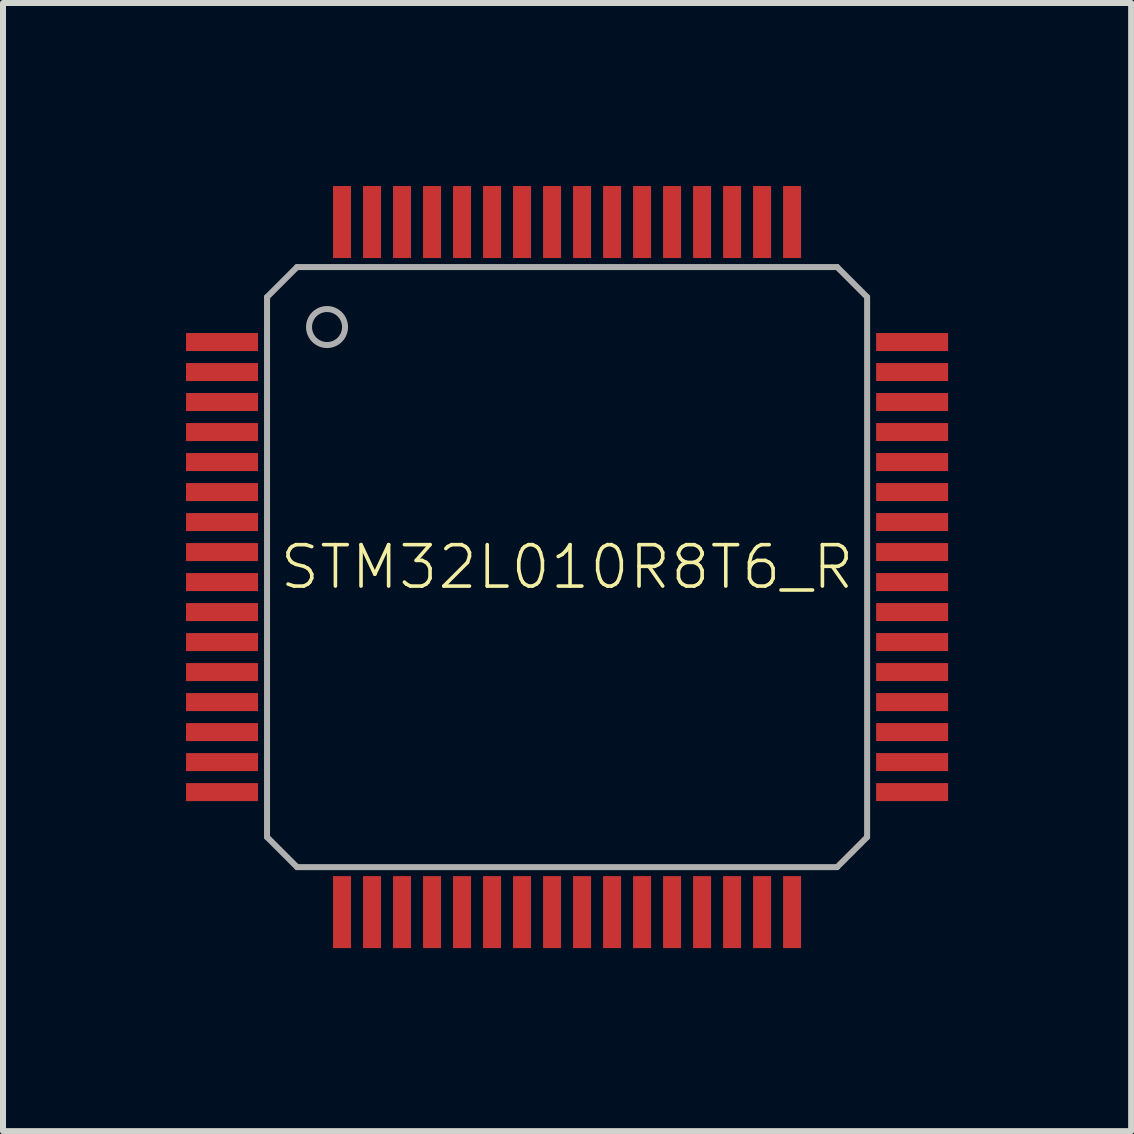
<source format=kicad_pcb>
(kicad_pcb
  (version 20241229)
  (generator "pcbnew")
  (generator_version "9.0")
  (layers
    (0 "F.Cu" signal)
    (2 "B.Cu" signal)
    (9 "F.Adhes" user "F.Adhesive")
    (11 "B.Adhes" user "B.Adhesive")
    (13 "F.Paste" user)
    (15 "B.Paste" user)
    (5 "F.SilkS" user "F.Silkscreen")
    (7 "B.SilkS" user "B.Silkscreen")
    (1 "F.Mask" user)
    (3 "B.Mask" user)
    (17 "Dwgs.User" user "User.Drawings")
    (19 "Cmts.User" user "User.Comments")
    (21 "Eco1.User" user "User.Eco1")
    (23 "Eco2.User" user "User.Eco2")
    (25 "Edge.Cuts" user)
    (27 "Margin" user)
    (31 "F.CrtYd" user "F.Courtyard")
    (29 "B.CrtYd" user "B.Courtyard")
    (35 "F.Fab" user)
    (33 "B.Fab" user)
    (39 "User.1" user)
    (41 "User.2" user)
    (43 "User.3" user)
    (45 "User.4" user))
  (footprint "STM32L010R8T6_R"
    (layer "F.Cu")
    (at 6.4 6.4)
    (property "Reference" "STM32L010R8T6_R" (at 0 0 0) (unlocked yes) (layer "F.SilkS") (effects (font (size 0.69 0.69) (thickness 0.06))))
    (fp_poly (pts (xy -6.4 -3.95) (xy -6.4 -3.55) (xy -5.1 -3.55) (xy -5.1 -3.95)) (stroke (width 0) (type default)) (fill yes) (layer "F.Mask"))
    (fp_poly (pts (xy -6.4 -3.45) (xy -6.4 -3.05) (xy -5.1 -3.05) (xy -5.1 -3.45)) (stroke (width 0) (type default)) (fill yes) (layer "F.Mask"))
    (fp_poly (pts (xy -6.4 -2.95) (xy -6.4 -2.55) (xy -5.1 -2.55) (xy -5.1 -2.95)) (stroke (width 0) (type default)) (fill yes) (layer "F.Mask"))
    (fp_poly (pts (xy -6.4 -2.45) (xy -6.4 -2.05) (xy -5.1 -2.05) (xy -5.1 -2.45)) (stroke (width 0) (type default)) (fill yes) (layer "F.Mask"))
    (fp_poly (pts (xy -6.4 -1.95) (xy -6.4 -1.55) (xy -5.1 -1.55) (xy -5.1 -1.95)) (stroke (width 0) (type default)) (fill yes) (layer "F.Mask"))
    (fp_poly (pts (xy -6.4 -1.45) (xy -6.4 -1.05) (xy -5.1 -1.05) (xy -5.1 -1.45)) (stroke (width 0) (type default)) (fill yes) (layer "F.Mask"))
    (fp_poly (pts (xy -6.4 -0.95) (xy -6.4 -0.55) (xy -5.1 -0.55) (xy -5.1 -0.95)) (stroke (width 0) (type default)) (fill yes) (layer "F.Mask"))
    (fp_poly (pts (xy -6.4 -0.45) (xy -6.4 -0.05) (xy -5.1 -0.05) (xy -5.1 -0.45)) (stroke (width 0) (type default)) (fill yes) (layer "F.Mask"))
    (fp_poly (pts (xy -6.4 0.05) (xy -6.4 0.45) (xy -5.1 0.45) (xy -5.1 0.05)) (stroke (width 0) (type default)) (fill yes) (layer "F.Mask"))
    (fp_poly (pts (xy -6.4 0.55) (xy -6.4 0.95) (xy -5.1 0.95) (xy -5.1 0.55)) (stroke (width 0) (type default)) (fill yes) (layer "F.Mask"))
    (fp_poly (pts (xy -6.4 1.05) (xy -6.4 1.45) (xy -5.1 1.45) (xy -5.1 1.05)) (stroke (width 0) (type default)) (fill yes) (layer "F.Mask"))
    (fp_poly (pts (xy -6.4 1.55) (xy -6.4 1.95) (xy -5.1 1.95) (xy -5.1 1.55)) (stroke (width 0) (type default)) (fill yes) (layer "F.Mask"))
    (fp_poly (pts (xy -6.4 2.05) (xy -6.4 2.45) (xy -5.1 2.45) (xy -5.1 2.05)) (stroke (width 0) (type default)) (fill yes) (layer "F.Mask"))
    (fp_poly (pts (xy -6.4 2.55) (xy -6.4 2.95) (xy -5.1 2.95) (xy -5.1 2.55)) (stroke (width 0) (type default)) (fill yes) (layer "F.Mask"))
    (fp_poly (pts (xy -6.4 3.05) (xy -6.4 3.45) (xy -5.1 3.45) (xy -5.1 3.05)) (stroke (width 0) (type default)) (fill yes) (layer "F.Mask"))
    (fp_poly (pts (xy -6.4 3.55) (xy -6.4 3.95) (xy -5.1 3.95) (xy -5.1 3.55)) (stroke (width 0) (type default)) (fill yes) (layer "F.Mask"))
    (fp_poly (pts (xy -3.95 6.4) (xy -3.55 6.4) (xy -3.55 5.1) (xy -3.95 5.1)) (stroke (width 0) (type default)) (fill yes) (layer "F.Mask"))
    (fp_poly (pts (xy -3.55 -6.4) (xy -3.95 -6.4) (xy -3.95 -5.1) (xy -3.55 -5.1)) (stroke (width 0) (type default)) (fill yes) (layer "F.Mask"))
    (fp_poly (pts (xy -3.45 6.4) (xy -3.05 6.4) (xy -3.05 5.1) (xy -3.45 5.1)) (stroke (width 0) (type default)) (fill yes) (layer "F.Mask"))
    (fp_poly (pts (xy -3.05 -6.4) (xy -3.45 -6.4) (xy -3.45 -5.1) (xy -3.05 -5.1)) (stroke (width 0) (type default)) (fill yes) (layer "F.Mask"))
    (fp_poly (pts (xy -2.95 6.4) (xy -2.55 6.4) (xy -2.55 5.1) (xy -2.95 5.1)) (stroke (width 0) (type default)) (fill yes) (layer "F.Mask"))
    (fp_poly (pts (xy -2.55 -6.4) (xy -2.95 -6.4) (xy -2.95 -5.1) (xy -2.55 -5.1)) (stroke (width 0) (type default)) (fill yes) (layer "F.Mask"))
    (fp_poly (pts (xy -2.45 6.4) (xy -2.05 6.4) (xy -2.05 5.1) (xy -2.45 5.1)) (stroke (width 0) (type default)) (fill yes) (layer "F.Mask"))
    (fp_poly (pts (xy -2.05 -6.4) (xy -2.45 -6.4) (xy -2.45 -5.1) (xy -2.05 -5.1)) (stroke (width 0) (type default)) (fill yes) (layer "F.Mask"))
    (fp_poly (pts (xy -1.95 6.4) (xy -1.55 6.4) (xy -1.55 5.1) (xy -1.95 5.1)) (stroke (width 0) (type default)) (fill yes) (layer "F.Mask"))
    (fp_poly (pts (xy -1.55 -6.4) (xy -1.95 -6.4) (xy -1.95 -5.1) (xy -1.55 -5.1)) (stroke (width 0) (type default)) (fill yes) (layer "F.Mask"))
    (fp_poly (pts (xy -1.45 6.4) (xy -1.05 6.4) (xy -1.05 5.1) (xy -1.45 5.1)) (stroke (width 0) (type default)) (fill yes) (layer "F.Mask"))
    (fp_poly (pts (xy -1.05 -6.4) (xy -1.45 -6.4) (xy -1.45 -5.1) (xy -1.05 -5.1)) (stroke (width 0) (type default)) (fill yes) (layer "F.Mask"))
    (fp_poly (pts (xy -0.95 6.4) (xy -0.55 6.4) (xy -0.55 5.1) (xy -0.95 5.1)) (stroke (width 0) (type default)) (fill yes) (layer "F.Mask"))
    (fp_poly (pts (xy -0.55 -6.4) (xy -0.95 -6.4) (xy -0.95 -5.1) (xy -0.55 -5.1)) (stroke (width 0) (type default)) (fill yes) (layer "F.Mask"))
    (fp_poly (pts (xy -0.45 6.4) (xy -0.05 6.4) (xy -0.05 5.1) (xy -0.45 5.1)) (stroke (width 0) (type default)) (fill yes) (layer "F.Mask"))
    (fp_poly (pts (xy -0.05 -6.4) (xy -0.45 -6.4) (xy -0.45 -5.1) (xy -0.05 -5.1)) (stroke (width 0) (type default)) (fill yes) (layer "F.Mask"))
    (fp_poly (pts (xy 0.05 6.4) (xy 0.45 6.4) (xy 0.45 5.1) (xy 0.05 5.1)) (stroke (width 0) (type default)) (fill yes) (layer "F.Mask"))
    (fp_poly (pts (xy 0.45 -6.4) (xy 0.05 -6.4) (xy 0.05 -5.1) (xy 0.45 -5.1)) (stroke (width 0) (type default)) (fill yes) (layer "F.Mask"))
    (fp_poly (pts (xy 0.55 6.4) (xy 0.95 6.4) (xy 0.95 5.1) (xy 0.55 5.1)) (stroke (width 0) (type default)) (fill yes) (layer "F.Mask"))
    (fp_poly (pts (xy 0.95 -6.4) (xy 0.55 -6.4) (xy 0.55 -5.1) (xy 0.95 -5.1)) (stroke (width 0) (type default)) (fill yes) (layer "F.Mask"))
    (fp_poly (pts (xy 1.05 6.4) (xy 1.45 6.4) (xy 1.45 5.1) (xy 1.05 5.1)) (stroke (width 0) (type default)) (fill yes) (layer "F.Mask"))
    (fp_poly (pts (xy 1.45 -6.4) (xy 1.05 -6.4) (xy 1.05 -5.1) (xy 1.45 -5.1)) (stroke (width 0) (type default)) (fill yes) (layer "F.Mask"))
    (fp_poly (pts (xy 1.55 6.4) (xy 1.95 6.4) (xy 1.95 5.1) (xy 1.55 5.1)) (stroke (width 0) (type default)) (fill yes) (layer "F.Mask"))
    (fp_poly (pts (xy 1.95 -6.4) (xy 1.55 -6.4) (xy 1.55 -5.1) (xy 1.95 -5.1)) (stroke (width 0) (type default)) (fill yes) (layer "F.Mask"))
    (fp_poly (pts (xy 2.05 6.4) (xy 2.45 6.4) (xy 2.45 5.1) (xy 2.05 5.1)) (stroke (width 0) (type default)) (fill yes) (layer "F.Mask"))
    (fp_poly (pts (xy 2.45 -6.4) (xy 2.05 -6.4) (xy 2.05 -5.1) (xy 2.45 -5.1)) (stroke (width 0) (type default)) (fill yes) (layer "F.Mask"))
    (fp_poly (pts (xy 2.55 6.4) (xy 2.95 6.4) (xy 2.95 5.1) (xy 2.55 5.1)) (stroke (width 0) (type default)) (fill yes) (layer "F.Mask"))
    (fp_poly (pts (xy 2.95 -6.4) (xy 2.55 -6.4) (xy 2.55 -5.1) (xy 2.95 -5.1)) (stroke (width 0) (type default)) (fill yes) (layer "F.Mask"))
    (fp_poly (pts (xy 3.05 6.4) (xy 3.45 6.4) (xy 3.45 5.1) (xy 3.05 5.1)) (stroke (width 0) (type default)) (fill yes) (layer "F.Mask"))
    (fp_poly (pts (xy 3.45 -6.4) (xy 3.05 -6.4) (xy 3.05 -5.1) (xy 3.45 -5.1)) (stroke (width 0) (type default)) (fill yes) (layer "F.Mask"))
    (fp_poly (pts (xy 3.55 6.4) (xy 3.95 6.4) (xy 3.95 5.1) (xy 3.55 5.1)) (stroke (width 0) (type default)) (fill yes) (layer "F.Mask"))
    (fp_poly (pts (xy 3.95 -6.4) (xy 3.55 -6.4) (xy 3.55 -5.1) (xy 3.95 -5.1)) (stroke (width 0) (type default)) (fill yes) (layer "F.Mask"))
    (fp_poly (pts (xy 6.4 -3.55) (xy 6.4 -3.95) (xy 5.1 -3.95) (xy 5.1 -3.55)) (stroke (width 0) (type default)) (fill yes) (layer "F.Mask"))
    (fp_poly (pts (xy 6.4 -3.05) (xy 6.4 -3.45) (xy 5.1 -3.45) (xy 5.1 -3.05)) (stroke (width 0) (type default)) (fill yes) (layer "F.Mask"))
    (fp_poly (pts (xy 6.4 -2.55) (xy 6.4 -2.95) (xy 5.1 -2.95) (xy 5.1 -2.55)) (stroke (width 0) (type default)) (fill yes) (layer "F.Mask"))
    (fp_poly (pts (xy 6.4 -2.05) (xy 6.4 -2.45) (xy 5.1 -2.45) (xy 5.1 -2.05)) (stroke (width 0) (type default)) (fill yes) (layer "F.Mask"))
    (fp_poly (pts (xy 6.4 -1.55) (xy 6.4 -1.95) (xy 5.1 -1.95) (xy 5.1 -1.55)) (stroke (width 0) (type default)) (fill yes) (layer "F.Mask"))
    (fp_poly (pts (xy 6.4 -1.05) (xy 6.4 -1.45) (xy 5.1 -1.45) (xy 5.1 -1.05)) (stroke (width 0) (type default)) (fill yes) (layer "F.Mask"))
    (fp_poly (pts (xy 6.4 -0.55) (xy 6.4 -0.95) (xy 5.1 -0.95) (xy 5.1 -0.55)) (stroke (width 0) (type default)) (fill yes) (layer "F.Mask"))
    (fp_poly (pts (xy 6.4 -0.05) (xy 6.4 -0.45) (xy 5.1 -0.45) (xy 5.1 -0.05)) (stroke (width 0) (type default)) (fill yes) (layer "F.Mask"))
    (fp_poly (pts (xy 6.4 0.45) (xy 6.4 0.05) (xy 5.1 0.05) (xy 5.1 0.45)) (stroke (width 0) (type default)) (fill yes) (layer "F.Mask"))
    (fp_poly (pts (xy 6.4 0.95) (xy 6.4 0.55) (xy 5.1 0.55) (xy 5.1 0.95)) (stroke (width 0) (type default)) (fill yes) (layer "F.Mask"))
    (fp_poly (pts (xy 6.4 1.45) (xy 6.4 1.05) (xy 5.1 1.05) (xy 5.1 1.45)) (stroke (width 0) (type default)) (fill yes) (layer "F.Mask"))
    (fp_poly (pts (xy 6.4 1.95) (xy 6.4 1.55) (xy 5.1 1.55) (xy 5.1 1.95)) (stroke (width 0) (type default)) (fill yes) (layer "F.Mask"))
    (fp_poly (pts (xy 6.4 2.45) (xy 6.4 2.05) (xy 5.1 2.05) (xy 5.1 2.45)) (stroke (width 0) (type default)) (fill yes) (layer "F.Mask"))
    (fp_poly (pts (xy 6.4 2.95) (xy 6.4 2.55) (xy 5.1 2.55) (xy 5.1 2.95)) (stroke (width 0) (type default)) (fill yes) (layer "F.Mask"))
    (fp_poly (pts (xy 6.4 3.45) (xy 6.4 3.05) (xy 5.1 3.05) (xy 5.1 3.45)) (stroke (width 0) (type default)) (fill yes) (layer "F.Mask"))
    (fp_poly (pts (xy 6.4 3.95) (xy 6.4 3.55) (xy 5.1 3.55) (xy 5.1 3.95)) (stroke (width 0) (type default)) (fill yes) (layer "F.Mask"))
    (fp_line (start -5 -4.5) (end -5 4.5) (stroke (width 0.1) (type solid)) (layer "F.Fab"))
    (fp_line (start -5 -4.5) (end -4.5 -5) (stroke (width 0.1) (type solid)) (layer "F.Fab"))
    (fp_line (start -5 4.5) (end -4.5 5) (stroke (width 0.1) (type solid)) (layer "F.Fab"))
    (fp_line (start -4.5 5) (end 4.5 5) (stroke (width 0.1) (type solid)) (layer "F.Fab"))
    (fp_line (start 4.5 -5) (end -4.5 -5) (stroke (width 0.1) (type solid)) (layer "F.Fab"))
    (fp_line (start 4.5 5) (end 5 4.5) (stroke (width 0.1) (type solid)) (layer "F.Fab"))
    (fp_line (start 5 -4.5) (end 4.5 -5) (stroke (width 0.1) (type solid)) (layer "F.Fab"))
    (fp_line (start 5 4.5) (end 5 -4.5) (stroke (width 0.1) (type solid)) (layer "F.Fab"))
    (fp_circle (center -4 -4) (end -3.7 -4) (stroke (width 0.1) (type solid)) (fill no) (layer "F.Fab"))
    (pad "1" smd rect (at -5.75 -3.75 270) (size 0.3 1.2) (layers "F.Cu" "F.Paste"))
    (pad "2" smd rect (at -5.75 -3.25 270) (size 0.3 1.2) (layers "F.Cu" "F.Paste"))
    (pad "3" smd rect (at -5.75 -2.75 270) (size 0.3 1.2) (layers "F.Cu" "F.Paste"))
    (pad "4" smd rect (at -5.75 -2.25 270) (size 0.3 1.2) (layers "F.Cu" "F.Paste"))
    (pad "5" smd rect (at -5.75 -1.75 270) (size 0.3 1.2) (layers "F.Cu" "F.Paste"))
    (pad "6" smd rect (at -5.75 -1.25 270) (size 0.3 1.2) (layers "F.Cu" "F.Paste"))
    (pad "7" smd rect (at -5.75 -0.75 270) (size 0.3 1.2) (layers "F.Cu" "F.Paste"))
    (pad "8" smd rect (at -5.75 -0.25 270) (size 0.3 1.2) (layers "F.Cu" "F.Paste"))
    (pad "9" smd rect (at -5.75 0.25 270) (size 0.3 1.2) (layers "F.Cu" "F.Paste"))
    (pad "10" smd rect (at -5.75 0.75 270) (size 0.3 1.2) (layers "F.Cu" "F.Paste"))
    (pad "11" smd rect (at -5.75 1.25 270) (size 0.3 1.2) (layers "F.Cu" "F.Paste"))
    (pad "12" smd rect (at -5.75 1.75 270) (size 0.3 1.2) (layers "F.Cu" "F.Paste"))
    (pad "13" smd rect (at -5.75 2.25 270) (size 0.3 1.2) (layers "F.Cu" "F.Paste"))
    (pad "14" smd rect (at -5.75 2.75 270) (size 0.3 1.2) (layers "F.Cu" "F.Paste"))
    (pad "15" smd rect (at -5.75 3.25 270) (size 0.3 1.2) (layers "F.Cu" "F.Paste"))
    (pad "16" smd rect (at -5.75 3.75 270) (size 0.3 1.2) (layers "F.Cu" "F.Paste"))
    (pad "17" smd rect (at -3.75 5.75) (size 0.3 1.2) (layers "F.Cu" "F.Paste"))
    (pad "18" smd rect (at -3.25 5.75) (size 0.3 1.2) (layers "F.Cu" "F.Paste"))
    (pad "19" smd rect (at -2.75 5.75) (size 0.3 1.2) (layers "F.Cu" "F.Paste"))
    (pad "20" smd rect (at -2.25 5.75) (size 0.3 1.2) (layers "F.Cu" "F.Paste"))
    (pad "21" smd rect (at -1.75 5.75) (size 0.3 1.2) (layers "F.Cu" "F.Paste"))
    (pad "22" smd rect (at -1.25 5.75) (size 0.3 1.2) (layers "F.Cu" "F.Paste"))
    (pad "23" smd rect (at -0.75 5.75) (size 0.3 1.2) (layers "F.Cu" "F.Paste"))
    (pad "24" smd rect (at -0.25 5.75) (size 0.3 1.2) (layers "F.Cu" "F.Paste"))
    (pad "25" smd rect (at 0.25 5.75) (size 0.3 1.2) (layers "F.Cu" "F.Paste"))
    (pad "26" smd rect (at 0.75 5.75) (size 0.3 1.2) (layers "F.Cu" "F.Paste"))
    (pad "27" smd rect (at 1.25 5.75) (size 0.3 1.2) (layers "F.Cu" "F.Paste"))
    (pad "28" smd rect (at 1.75 5.75) (size 0.3 1.2) (layers "F.Cu" "F.Paste"))
    (pad "29" smd rect (at 2.25 5.75) (size 0.3 1.2) (layers "F.Cu" "F.Paste"))
    (pad "30" smd rect (at 2.75 5.75) (size 0.3 1.2) (layers "F.Cu" "F.Paste"))
    (pad "31" smd rect (at 3.25 5.75) (size 0.3 1.2) (layers "F.Cu" "F.Paste"))
    (pad "32" smd rect (at 3.75 5.75) (size 0.3 1.2) (layers "F.Cu" "F.Paste"))
    (pad "33" smd rect (at 5.75 3.75 90) (size 0.3 1.2) (layers "F.Cu" "F.Paste"))
    (pad "34" smd rect (at 5.75 3.25 90) (size 0.3 1.2) (layers "F.Cu" "F.Paste"))
    (pad "35" smd rect (at 5.75 2.75 90) (size 0.3 1.2) (layers "F.Cu" "F.Paste"))
    (pad "36" smd rect (at 5.75 2.25 90) (size 0.3 1.2) (layers "F.Cu" "F.Paste"))
    (pad "37" smd rect (at 5.75 1.75 90) (size 0.3 1.2) (layers "F.Cu" "F.Paste"))
    (pad "38" smd rect (at 5.75 1.25 90) (size 0.3 1.2) (layers "F.Cu" "F.Paste"))
    (pad "39" smd rect (at 5.75 0.75 90) (size 0.3 1.2) (layers "F.Cu" "F.Paste"))
    (pad "40" smd rect (at 5.75 0.25 90) (size 0.3 1.2) (layers "F.Cu" "F.Paste"))
    (pad "41" smd rect (at 5.75 -0.25 90) (size 0.3 1.2) (layers "F.Cu" "F.Paste"))
    (pad "42" smd rect (at 5.75 -0.75 90) (size 0.3 1.2) (layers "F.Cu" "F.Paste"))
    (pad "43" smd rect (at 5.75 -1.25 90) (size 0.3 1.2) (layers "F.Cu" "F.Paste"))
    (pad "44" smd rect (at 5.75 -1.75 90) (size 0.3 1.2) (layers "F.Cu" "F.Paste"))
    (pad "45" smd rect (at 5.75 -2.25 90) (size 0.3 1.2) (layers "F.Cu" "F.Paste"))
    (pad "46" smd rect (at 5.75 -2.75 90) (size 0.3 1.2) (layers "F.Cu" "F.Paste"))
    (pad "47" smd rect (at 5.75 -3.25 90) (size 0.3 1.2) (layers "F.Cu" "F.Paste"))
    (pad "48" smd rect (at 5.75 -3.75 90) (size 0.3 1.2) (layers "F.Cu" "F.Paste"))
    (pad "49" smd rect (at 3.75 -5.75 180) (size 0.3 1.2) (layers "F.Cu" "F.Paste"))
    (pad "50" smd rect (at 3.25 -5.75 180) (size 0.3 1.2) (layers "F.Cu" "F.Paste"))
    (pad "51" smd rect (at 2.75 -5.75 180) (size 0.3 1.2) (layers "F.Cu" "F.Paste"))
    (pad "52" smd rect (at 2.25 -5.75 180) (size 0.3 1.2) (layers "F.Cu" "F.Paste"))
    (pad "53" smd rect (at 1.75 -5.75 180) (size 0.3 1.2) (layers "F.Cu" "F.Paste"))
    (pad "54" smd rect (at 1.25 -5.75 180) (size 0.3 1.2) (layers "F.Cu" "F.Paste"))
    (pad "55" smd rect (at 0.75 -5.75 180) (size 0.3 1.2) (layers "F.Cu" "F.Paste"))
    (pad "56" smd rect (at 0.25 -5.75 180) (size 0.3 1.2) (layers "F.Cu" "F.Paste"))
    (pad "57" smd rect (at -0.25 -5.75 180) (size 0.3 1.2) (layers "F.Cu" "F.Paste"))
    (pad "58" smd rect (at -0.75 -5.75 180) (size 0.3 1.2) (layers "F.Cu" "F.Paste"))
    (pad "59" smd rect (at -1.25 -5.75 180) (size 0.3 1.2) (layers "F.Cu" "F.Paste"))
    (pad "60" smd rect (at -1.75 -5.75 180) (size 0.3 1.2) (layers "F.Cu" "F.Paste"))
    (pad "61" smd rect (at -2.25 -5.75 180) (size 0.3 1.2) (layers "F.Cu" "F.Paste"))
    (pad "62" smd rect (at -2.75 -5.75 180) (size 0.3 1.2) (layers "F.Cu" "F.Paste"))
    (pad "63" smd rect (at -3.25 -5.75 180) (size 0.3 1.2) (layers "F.Cu" "F.Paste"))
    (pad "64" smd rect (at -3.75 -5.75 180) (size 0.3 1.2) (layers "F.Cu" "F.Paste")))
  (gr_rect
    (start -3 -3)
    (end 15.8 15.8)
    (stroke (width 0.1) (type default))
    (fill no)
    (layer "Edge.Cuts")))
</source>
